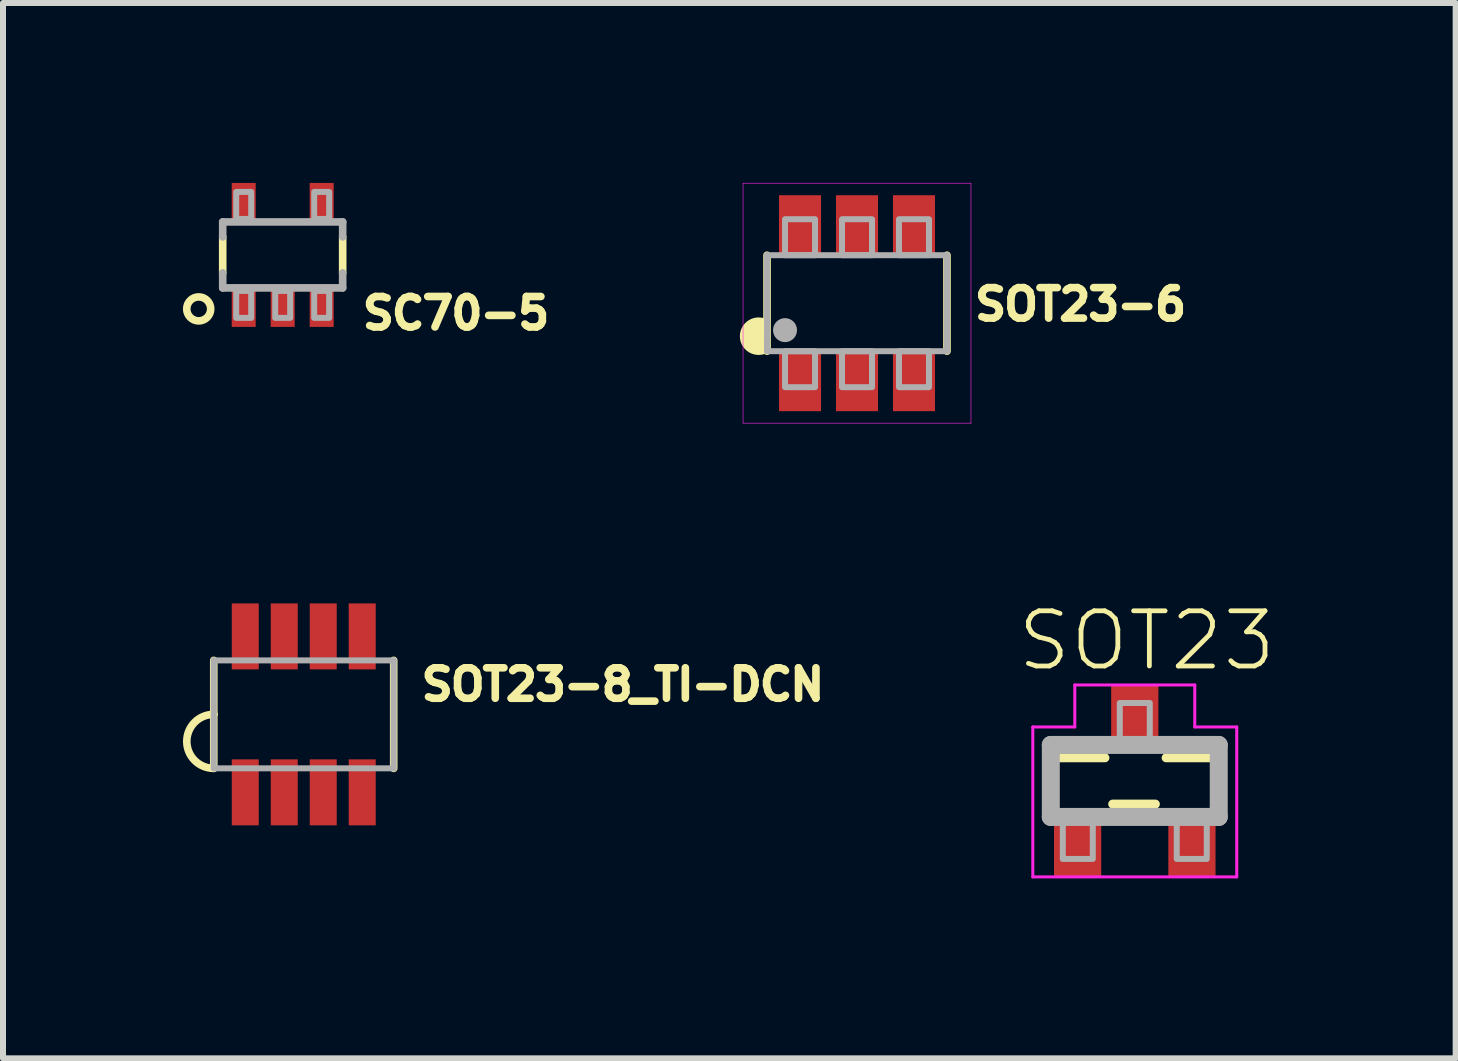
<source format=kicad_pcb>
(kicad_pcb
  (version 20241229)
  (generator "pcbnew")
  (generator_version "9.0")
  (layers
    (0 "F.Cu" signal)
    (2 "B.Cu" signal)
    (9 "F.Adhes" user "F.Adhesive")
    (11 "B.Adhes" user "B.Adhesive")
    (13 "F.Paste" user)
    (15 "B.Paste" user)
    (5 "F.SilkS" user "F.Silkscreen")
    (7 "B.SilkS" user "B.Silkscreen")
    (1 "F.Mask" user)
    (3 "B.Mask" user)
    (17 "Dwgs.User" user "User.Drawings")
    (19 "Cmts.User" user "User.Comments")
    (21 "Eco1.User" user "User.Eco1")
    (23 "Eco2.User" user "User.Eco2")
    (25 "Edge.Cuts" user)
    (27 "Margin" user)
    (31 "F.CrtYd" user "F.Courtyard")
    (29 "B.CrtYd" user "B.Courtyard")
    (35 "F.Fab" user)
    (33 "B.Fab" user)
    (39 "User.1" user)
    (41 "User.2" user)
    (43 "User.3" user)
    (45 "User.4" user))
  (footprint "SC70-5"
    (layer "F.Cu")
    (at 1.663 1.2)
    (property "Reference" "SC70-5" (at 1.27 1.27 0) (layer "F.SilkS") (effects (font (size 0.508 0.508) (thickness 0.127)) (justify left bottom)))
    (fp_line (start -1 -0.3) (end -1 0.3) (stroke (width 0.127) (type solid)) (layer "F.SilkS"))
    (fp_line (start 1 0.3) (end 1 -0.3) (stroke (width 0.127) (type solid)) (layer "F.SilkS"))
    (fp_circle (center -1.4 0.9) (end -1.2 0.9) (stroke (width 0.127) (type solid)) (fill no) (layer "F.SilkS"))
    (fp_line (start -1 -0.55) (end -1 -0.3) (stroke (width 0.127) (type solid)) (layer "F.Fab"))
    (fp_line (start -1 0.55) (end -1 0.3) (stroke (width 0.127) (type solid)) (layer "F.Fab"))
    (fp_line (start -1 0.55) (end 1 0.55) (stroke (width 0.127) (type solid)) (layer "F.Fab"))
    (fp_line (start 1 -0.55) (end -1 -0.55) (stroke (width 0.127) (type solid)) (layer "F.Fab"))
    (fp_line (start 1 -0.55) (end 1 -0.3) (stroke (width 0.127) (type solid)) (layer "F.Fab"))
    (fp_line (start 1 0.55) (end 1 0.3) (stroke (width 0.127) (type solid)) (layer "F.Fab"))
    (fp_poly (pts (xy -0.775 -0.6) (xy -0.525 -0.6) (xy -0.525 -1.05) (xy -0.775 -1.05)) (stroke (width 0.1) (type solid)) (fill no) (layer "F.Fab"))
    (fp_poly (pts (xy -0.775 1.05) (xy -0.525 1.05) (xy -0.525 0.6) (xy -0.775 0.6)) (stroke (width 0.1) (type solid)) (fill no) (layer "F.Fab"))
    (fp_poly (pts (xy -0.125 1.05) (xy 0.125 1.05) (xy 0.125 0.6) (xy -0.125 0.6)) (stroke (width 0.1) (type solid)) (fill no) (layer "F.Fab"))
    (fp_poly (pts (xy 0.525 -0.6) (xy 0.775 -0.6) (xy 0.775 -1.05) (xy 0.525 -1.05)) (stroke (width 0.1) (type solid)) (fill no) (layer "F.Fab"))
    (fp_poly (pts (xy 0.525 1.05) (xy 0.775 1.05) (xy 0.775 0.6) (xy 0.525 0.6)) (stroke (width 0.1) (type solid)) (fill no) (layer "F.Fab"))
    (pad "1" smd rect (at -0.65 0.85) (size 0.4 0.7) (layers "F.Cu" "F.Mask" "F.Paste"))
    (pad "2" smd rect (at 0 0.85) (size 0.4 0.7) (layers "F.Cu" "F.Mask" "F.Paste"))
    (pad "3" smd rect (at 0.65 0.85) (size 0.4 0.7) (layers "F.Cu" "F.Mask" "F.Paste"))
    (pad "4" smd rect (at 0.65 -0.85) (size 0.4 0.7) (layers "F.Cu" "F.Mask" "F.Paste"))
    (pad "5" smd rect (at -0.65 -0.85) (size 0.4 0.7) (layers "F.Cu" "F.Mask" "F.Paste")))
  (footprint "SOT23-8_TI-DCN"
    (layer "F.Cu")
    (at 2.014 8.86)
    (property "Reference" "SOT23-8_TI-DCN" (at 1.9 -0.2 0) (layer "F.SilkS") (effects (font (size 0.508 0.508) (thickness 0.127)) (justify left bottom)))
    (fp_line (start -1.5 -0.9) (end -1.5 0) (stroke (width 0.127) (type solid)) (layer "F.SilkS"))
    (fp_line (start -1.5 0) (end -1.5 0.9) (stroke (width 0.127) (type solid)) (layer "F.SilkS"))
    (fp_line (start 1.5 -0.9) (end 1.5 0.9) (stroke (width 0.127) (type solid)) (layer "F.SilkS"))
    (fp_arc (start -1.5 0.9) (mid -1.95 0.45) (end -1.5 0) (stroke (width 0.127) (type solid)) (layer "F.SilkS"))
    (fp_line (start -1.5 -0.9) (end -1.5 0.9) (stroke (width 0.1) (type solid)) (layer "F.Fab"))
    (fp_line (start -1.5 0.9) (end 1.5 0.9) (stroke (width 0.1) (type solid)) (layer "F.Fab"))
    (fp_line (start 1.5 -0.9) (end -1.5 -0.9) (stroke (width 0.1) (type solid)) (layer "F.Fab"))
    (fp_line (start 1.5 0.9) (end 1.5 -0.9) (stroke (width 0.1) (type solid)) (layer "F.Fab"))
    (pad "1" smd rect (at -0.975 1.3 90) (size 1.1 0.45) (layers "F.Cu" "F.Mask" "F.Paste"))
    (pad "2" smd rect (at -0.325 1.3 90) (size 1.1 0.45) (layers "F.Cu" "F.Mask" "F.Paste"))
    (pad "3" smd rect (at 0.325 1.3 90) (size 1.1 0.45) (layers "F.Cu" "F.Mask" "F.Paste"))
    (pad "4" smd rect (at 0.975 1.3 90) (size 1.1 0.45) (layers "F.Cu" "F.Mask" "F.Paste"))
    (pad "5" smd rect (at 0.975 -1.3 90) (size 1.1 0.45) (layers "F.Cu" "F.Mask" "F.Paste"))
    (pad "6" smd rect (at 0.325 -1.3 90) (size 1.1 0.45) (layers "F.Cu" "F.Mask" "F.Paste"))
    (pad "7" smd rect (at -0.325 -1.3 90) (size 1.1 0.45) (layers "F.Cu" "F.Mask" "F.Paste"))
    (pad "8" smd rect (at -0.975 -1.3 90) (size 1.1 0.45) (layers "F.Cu" "F.Mask" "F.Paste")))
  (footprint "SOT23-6"
    (layer "F.Cu")
    (at 11.238 2.005)
    (property "Reference" "SOT23-6" (at 1.902 0.317 0) (layer "F.SilkS") (effects (font (size 0.508 0.508) (thickness 0.127)) (justify left bottom)))
    (fp_poly (pts (xy -0.53 -1.865) (xy -1.37 -1.865) (xy -1.37 -0.735) (xy -0.53 -0.735)) (stroke (width 0) (type solid)) (fill yes) (layer "F.Mask"))
    (fp_poly (pts (xy -0.53 0.735) (xy -1.37 0.735) (xy -1.37 1.865) (xy -0.53 1.865)) (stroke (width 0) (type solid)) (fill yes) (layer "F.Mask"))
    (fp_poly (pts (xy 0.42 -1.865) (xy -0.42 -1.865) (xy -0.42 -0.735) (xy 0.42 -0.735)) (stroke (width 0) (type solid)) (fill yes) (layer "F.Mask"))
    (fp_poly (pts (xy 0.42 0.735) (xy -0.42 0.735) (xy -0.42 1.865) (xy 0.42 1.865)) (stroke (width 0) (type solid)) (fill yes) (layer "F.Mask"))
    (fp_poly (pts (xy 1.37 -1.865) (xy 0.53 -1.865) (xy 0.53 -0.735) (xy 1.37 -0.735)) (stroke (width 0) (type solid)) (fill yes) (layer "F.Mask"))
    (fp_poly (pts (xy 1.37 0.735) (xy 0.53 0.735) (xy 0.53 1.865) (xy 1.37 1.865)) (stroke (width 0) (type solid)) (fill yes) (layer "F.Mask"))
    (fp_line (start -1.5 0.8) (end -1.5 -0.8) (stroke (width 0.127) (type solid)) (layer "F.SilkS"))
    (fp_line (start 1.5 -0.8) (end 1.5 0.8) (stroke (width 0.127) (type solid)) (layer "F.SilkS"))
    (fp_arc (start -1.61 0.7) (mid -1.792971 0.55) (end -1.61 0.4) (stroke (width 0.32) (type solid)) (layer "F.SilkS"))
    (fp_line (start -1.9 -2) (end -1.9 2) (stroke (width 0.01) (type solid)) (layer "F.CrtYd"))
    (fp_line (start -1.9 2) (end 1.9 2) (stroke (width 0.01) (type solid)) (layer "F.CrtYd"))
    (fp_line (start 1.9 -2) (end -1.9 -2) (stroke (width 0.01) (type solid)) (layer "F.CrtYd"))
    (fp_line (start 1.9 2) (end 1.9 -2) (stroke (width 0.01) (type solid)) (layer "F.CrtYd"))
    (fp_line (start -1.5 -0.8) (end 1.5 -0.8) (stroke (width 0.1) (type solid)) (layer "F.Fab"))
    (fp_line (start -1.5 0.8) (end -1.5 -0.8) (stroke (width 0.1) (type solid)) (layer "F.Fab"))
    (fp_line (start 1.5 -0.8) (end 1.5 0.8) (stroke (width 0.1) (type solid)) (layer "F.Fab"))
    (fp_line (start 1.5 0.8) (end -1.5 0.8) (stroke (width 0.1) (type solid)) (layer "F.Fab"))
    (fp_circle (center -1.2 0.449) (end -1.1 0.449) (stroke (width 0.2) (type solid)) (fill no) (layer "F.Fab"))
    (fp_poly (pts (xy -1.2 -0.8) (xy -0.7 -0.8) (xy -0.7 -1.4) (xy -1.2 -1.4)) (stroke (width 0.1) (type solid)) (fill no) (layer "F.Fab"))
    (fp_poly (pts (xy -1.2 1.4) (xy -0.7 1.4) (xy -0.7 0.8) (xy -1.2 0.8)) (stroke (width 0.1) (type solid)) (fill no) (layer "F.Fab"))
    (fp_poly (pts (xy -0.25 -0.8) (xy 0.25 -0.8) (xy 0.25 -1.4) (xy -0.25 -1.4)) (stroke (width 0.1) (type solid)) (fill no) (layer "F.Fab"))
    (fp_poly (pts (xy -0.25 1.4) (xy 0.25 1.4) (xy 0.25 0.8) (xy -0.25 0.8)) (stroke (width 0.1) (type solid)) (fill no) (layer "F.Fab"))
    (fp_poly (pts (xy 0.7 -0.8) (xy 1.2 -0.8) (xy 1.2 -1.4) (xy 0.7 -1.4)) (stroke (width 0.1) (type solid)) (fill no) (layer "F.Fab"))
    (fp_poly (pts (xy 0.7 1.4) (xy 1.2 1.4) (xy 1.2 0.8) (xy 0.7 0.8)) (stroke (width 0.1) (type solid)) (fill no) (layer "F.Fab"))
    (pad "1" smd rect (at -0.95 1.3) (size 0.7 1) (layers "F.Cu" "F.Paste"))
    (pad "2" smd rect (at 0 1.3) (size 0.7 1) (layers "F.Cu" "F.Paste"))
    (pad "3" smd rect (at 0.95 1.3) (size 0.7 1) (layers "F.Cu" "F.Paste"))
    (pad "4" smd rect (at 0.95 -1.3) (size 0.7 1) (layers "F.Cu" "F.Paste"))
    (pad "5" smd rect (at 0 -1.3) (size 0.7 1) (layers "F.Cu" "F.Paste"))
    (pad "6" smd rect (at -0.95 -1.3) (size 0.7 1) (layers "F.Cu" "F.Paste")))
  (footprint "SOT23"
    (layer "F.Cu")
    (at 15.869 9.97)
    (property "Reference" "SOT23" (at -2 -1.8 0) (layer "F.SilkS") (effects (font (size 0.92 0.92) (thickness 0.08)) (justify left bottom)))
    (fp_line (start -1.387 -0.386) (end -0.498 -0.386) (stroke (width 0.15) (type solid)) (layer "F.SilkS"))
    (fp_line (start -1.387 0.368) (end -1.387 -0.386) (stroke (width 0.15) (type solid)) (layer "F.SilkS"))
    (fp_line (start -0.368 0.386) (end 0.343 0.386) (stroke (width 0.15) (type solid)) (layer "F.SilkS"))
    (fp_line (start 1.387 -0.386) (end 0.523 -0.386) (stroke (width 0.15) (type solid)) (layer "F.SilkS"))
    (fp_line (start 1.387 0.368) (end 1.387 -0.386) (stroke (width 0.15) (type solid)) (layer "F.SilkS"))
    (fp_line (start -1.7 -0.9) (end -1.7 1.6) (stroke (width 0.05) (type solid)) (layer "F.CrtYd"))
    (fp_line (start -1.7 1.6) (end 1.7 1.6) (stroke (width 0.05) (type solid)) (layer "F.CrtYd"))
    (fp_line (start -1 -1.6) (end -1 -0.9) (stroke (width 0.05) (type solid)) (layer "F.CrtYd"))
    (fp_line (start -1 -0.9) (end -1.7 -0.9) (stroke (width 0.05) (type solid)) (layer "F.CrtYd"))
    (fp_line (start 1 -1.6) (end -1 -1.6) (stroke (width 0.05) (type solid)) (layer "F.CrtYd"))
    (fp_line (start 1 -0.9) (end 1 -1.6) (stroke (width 0.05) (type solid)) (layer "F.CrtYd"))
    (fp_line (start 1.7 -0.9) (end 1 -0.9) (stroke (width 0.05) (type solid)) (layer "F.CrtYd"))
    (fp_line (start 1.7 1.6) (end 1.7 -0.9) (stroke (width 0.05) (type solid)) (layer "F.CrtYd"))
    (fp_line (start -1.4 -0.6) (end -1.4 0.6) (stroke (width 0.3) (type solid)) (layer "F.Fab"))
    (fp_line (start -1.4 0.6) (end 1.4 0.6) (stroke (width 0.3) (type solid)) (layer "F.Fab"))
    (fp_line (start 1.4 -0.6) (end -1.4 -0.6) (stroke (width 0.3) (type solid)) (layer "F.Fab"))
    (fp_line (start 1.4 0.6) (end 1.4 -0.6) (stroke (width 0.3) (type solid)) (layer "F.Fab"))
    (fp_poly (pts (xy -1.2 1.3) (xy -0.7 1.3) (xy -0.7 0.65) (xy -1.2 0.65)) (stroke (width 0.1) (type solid)) (fill no) (layer "F.Fab"))
    (fp_poly (pts (xy -0.25 -0.65) (xy 0.25 -0.65) (xy 0.25 -1.3) (xy -0.25 -1.3)) (stroke (width 0.1) (type solid)) (fill no) (layer "F.Fab"))
    (fp_poly (pts (xy 0.7 1.3) (xy 1.2 1.3) (xy 1.2 0.65) (xy 0.7 0.65)) (stroke (width 0.1) (type solid)) (fill no) (layer "F.Fab"))
    (pad "1" smd rect (at -0.953 1.143) (size 0.787 0.889) (layers "F.Cu" "F.Mask" "F.Paste"))
    (pad "2" smd rect (at 0.953 1.143) (size 0.787 0.889) (layers "F.Cu" "F.Mask" "F.Paste"))
    (pad "3" smd rect (at 0 -1.143) (size 0.787 0.889) (layers "F.Cu" "F.Mask" "F.Paste")))
  (gr_rect
    (start -3 -3)
    (end 21.219 14.595)
    (stroke (width 0.1) (type default))
    (fill no)
    (layer "Edge.Cuts")))
</source>
